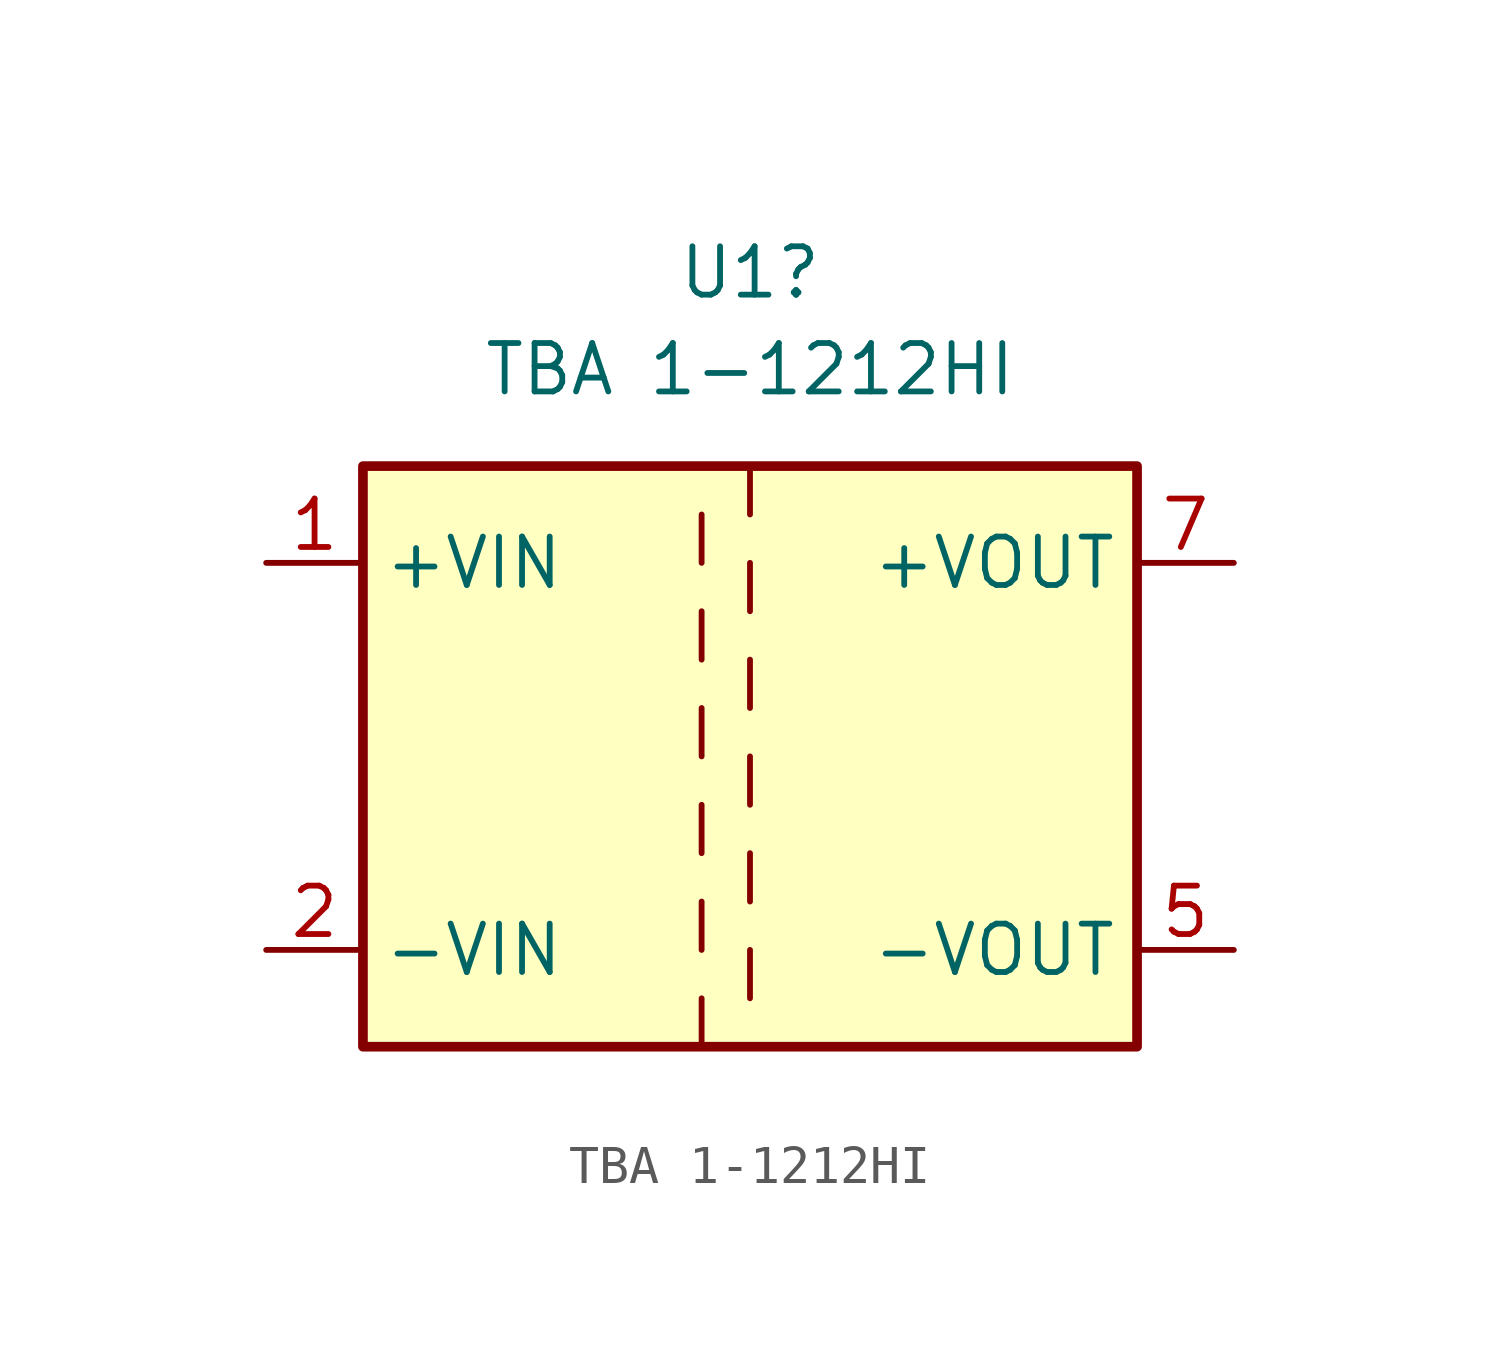
<source format=kicad_sym>
(kicad_symbol_lib
  (version 20211014)
  (generator kicad_symbol_editor)
  (symbol "TBA 1-1212HI"
    (property "Reference" "U1"
      (at 0 12.7 0)
      (effects (font (size 1.27 1.27))))
    (property "Value" "TBA 1-1212HI"
      (at 0 10.16 0)
      (effects (font (size 1.27 1.27))))
    (symbol "TBA 1-1212HI_0_1"
      (rectangle (start -10.16 7.62) (end 10.16 -7.62) (stroke (width 0.254) (type default) (color 0 0 0 0)) (fill (type background)))
      (polyline (pts (xy -1.27 -7.62) (xy -1.27 -6.35)) (stroke (width 0) (type default) (color 0 0 0 0)) (fill (type none)))
      (polyline (pts (xy -1.27 -5.08) (xy -1.27 -3.81)) (stroke (width 0) (type default) (color 0 0 0 0)) (fill (type none)))
      (polyline (pts (xy -1.27 -2.54) (xy -1.27 -1.27)) (stroke (width 0) (type default) (color 0 0 0 0)) (fill (type none)))
      (polyline (pts (xy -1.27 0) (xy -1.27 1.27)) (stroke (width 0) (type default) (color 0 0 0 0)) (fill (type none)))
      (polyline (pts (xy -1.27 2.54) (xy -1.27 3.81)) (stroke (width 0) (type default) (color 0 0 0 0)) (fill (type none)))
      (polyline (pts (xy -1.27 5.08) (xy -1.27 6.35)) (stroke (width 0) (type default) (color 0 0 0 0)) (fill (type none)))
      (polyline (pts (xy 0 -5.08) (xy 0 -6.35)) (stroke (width 0) (type default) (color 0 0 0 0)) (fill (type none)))
      (polyline (pts (xy 0 -2.54) (xy 0 -3.81)) (stroke (width 0) (type default) (color 0 0 0 0)) (fill (type none)))
      (polyline (pts (xy 0 0) (xy 0 -1.27)) (stroke (width 0) (type default) (color 0 0 0 0)) (fill (type none)))
      (polyline (pts (xy 0 2.54) (xy 0 1.27)) (stroke (width 0) (type default) (color 0 0 0 0)) (fill (type none)))
      (polyline (pts (xy 0 5.08) (xy 0 3.81)) (stroke (width 0) (type default) (color 0 0 0 0)) (fill (type none)))
      (polyline (pts (xy 0 7.62) (xy 0 6.35)) (stroke (width 0) (type default) (color 0 0 0 0)) (fill (type none))))
    (symbol "TBA 1-1212HI_1_1"
      (pin power_in line (at -12.7 5.08 0) (length 2.54) (name "+VIN" (effects (font (size 1.27 1.27)))) (number "1" (effects (font (size 1.27 1.27)))))
      (pin power_in line (at -12.7 -5.08 0) (length 2.54) (name "-VIN" (effects (font (size 1.27 1.27)))) (number "2" (effects (font (size 1.27 1.27)))))
      (pin power_out line (at 12.7 -5.08 180) (length 2.54) (name "-VOUT" (effects (font (size 1.27 1.27)))) (number "5" (effects (font (size 1.27 1.27)))))
      (pin power_out line (at 12.7 5.08 180) (length 2.54) (name "+VOUT" (effects (font (size 1.27 1.27)))) (number "7" (effects (font (size 1.27 1.27))))))))
</source>
